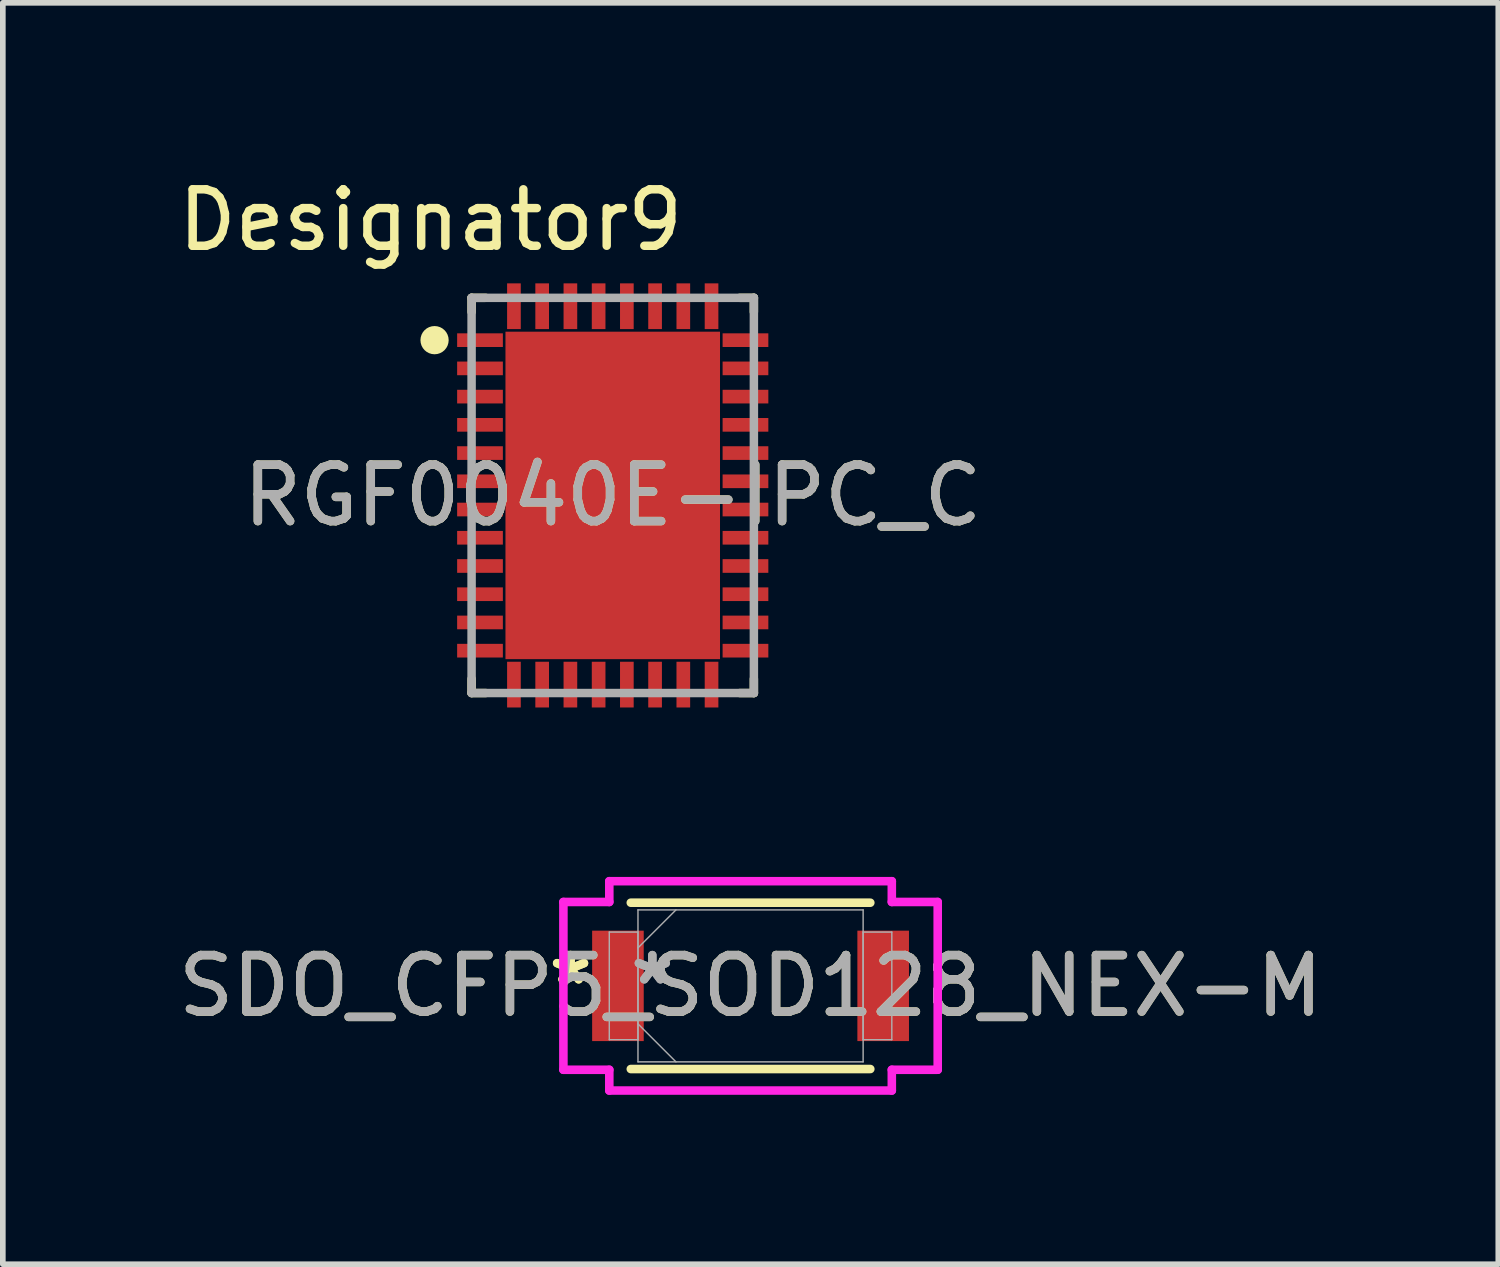
<source format=kicad_pcb>
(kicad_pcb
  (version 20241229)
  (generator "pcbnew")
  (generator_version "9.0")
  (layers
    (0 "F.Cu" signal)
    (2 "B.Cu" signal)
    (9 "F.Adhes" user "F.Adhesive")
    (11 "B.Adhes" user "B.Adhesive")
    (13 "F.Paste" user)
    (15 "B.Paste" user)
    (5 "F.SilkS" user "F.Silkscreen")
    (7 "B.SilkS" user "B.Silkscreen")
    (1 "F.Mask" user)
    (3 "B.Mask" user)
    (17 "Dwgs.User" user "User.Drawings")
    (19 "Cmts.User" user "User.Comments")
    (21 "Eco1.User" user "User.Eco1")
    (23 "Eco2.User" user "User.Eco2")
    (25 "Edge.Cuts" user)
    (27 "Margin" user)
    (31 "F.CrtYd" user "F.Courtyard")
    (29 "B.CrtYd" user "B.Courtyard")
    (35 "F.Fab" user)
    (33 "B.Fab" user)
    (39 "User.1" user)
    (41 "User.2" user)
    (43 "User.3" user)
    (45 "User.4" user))
  (footprint "RGF0040E-IPC_C"
    (layer "F.Cu")
    (at 7.803 5.725)
    (property "Reference" "RGF0040E-IPC_C" (at 0 0 0) (unlocked yes) (layer "F.SilkS") (effects (font (size 1 1) (thickness 0.15))))
    (attr smd)
    (fp_line (start -2.5 -3.5) (end -2.25 -3.5) (stroke (width 0.15) (type solid)) (layer "F.SilkS"))
    (fp_line (start -2.5 -3.25) (end -2.5 -3.5) (stroke (width 0.15) (type solid)) (layer "F.SilkS"))
    (fp_line (start -2.5 3.5) (end -2.5 3.25) (stroke (width 0.15) (type solid)) (layer "F.SilkS"))
    (fp_line (start -2.5 3.5) (end -2.25 3.5) (stroke (width 0.15) (type solid)) (layer "F.SilkS"))
    (fp_line (start 2.25 -3.5) (end 2.5 -3.5) (stroke (width 0.15) (type solid)) (layer "F.SilkS"))
    (fp_line (start 2.25 3.5) (end 2.5 3.5) (stroke (width 0.15) (type solid)) (layer "F.SilkS"))
    (fp_line (start 2.5 -3.25) (end 2.5 -3.5) (stroke (width 0.15) (type solid)) (layer "F.SilkS"))
    (fp_line (start 2.5 3.5) (end 2.5 3.25) (stroke (width 0.15) (type solid)) (layer "F.SilkS"))
    (fp_circle (center -3.156 -2.75) (end -3.031 -2.75) (stroke (width 0.25) (type solid)) (fill no) (layer "F.SilkS"))
    (fp_poly (pts (xy -1.278 -0.311) (xy 1.278 -0.311) (xy 1.278 -2.278) (xy -1.278 -2.278)) (stroke (width 0) (type solid)) (fill yes) (layer "F.Paste"))
    (fp_poly (pts (xy -1.278 2.278) (xy 1.278 2.278) (xy 1.278 0.311) (xy -1.278 0.311)) (stroke (width 0) (type solid)) (fill yes) (layer "F.Paste"))
    (fp_line (start -2.5 -3.5) (end 2.5 -3.5) (stroke (width 0.15) (type solid)) (layer "F.Fab"))
    (fp_line (start -2.5 3.5) (end -2.5 -3.5) (stroke (width 0.15) (type solid)) (layer "F.Fab"))
    (fp_line (start -2.5 3.5) (end 2.5 3.5) (stroke (width 0.15) (type solid)) (layer "F.Fab"))
    (fp_line (start 2.5 3.5) (end 2.5 -3.5) (stroke (width 0.15) (type solid)) (layer "F.Fab"))
    (fp_text user "Designator9" (at -3.226 -4.877 0) (unlocked yes) (layer "F.SilkS") (effects (font (size 1 1) (thickness 0.15))))
    (fp_text user "${REFERENCE}" (at 0 0 0) (unlocked yes) (layer "F.Fab") (effects (font (size 1 1) (thickness 0.15))))
    (pad "1" smd rect (at -2.351 -2.75 90) (size 0.242 0.81) (layers "F.Cu" "F.Mask" "F.Paste"))
    (pad "2" smd rect (at -2.351 -2.25 90) (size 0.242 0.81) (layers "F.Cu" "F.Mask" "F.Paste"))
    (pad "3" smd rect (at -2.351 -1.75 90) (size 0.242 0.81) (layers "F.Cu" "F.Mask" "F.Paste"))
    (pad "4" smd rect (at -2.351 -1.25 90) (size 0.242 0.81) (layers "F.Cu" "F.Mask" "F.Paste"))
    (pad "5" smd rect (at -2.351 -0.75 90) (size 0.242 0.81) (layers "F.Cu" "F.Mask" "F.Paste"))
    (pad "6" smd rect (at -2.351 -0.25 90) (size 0.242 0.81) (layers "F.Cu" "F.Mask" "F.Paste"))
    (pad "7" smd rect (at -2.351 0.25 90) (size 0.242 0.81) (layers "F.Cu" "F.Mask" "F.Paste"))
    (pad "8" smd rect (at -2.351 0.75 90) (size 0.242 0.81) (layers "F.Cu" "F.Mask" "F.Paste"))
    (pad "9" smd rect (at -2.351 1.25 90) (size 0.242 0.81) (layers "F.Cu" "F.Mask" "F.Paste"))
    (pad "10" smd rect (at -2.351 1.75 90) (size 0.242 0.81) (layers "F.Cu" "F.Mask" "F.Paste"))
    (pad "11" smd rect (at -2.351 2.25 90) (size 0.242 0.81) (layers "F.Cu" "F.Mask" "F.Paste"))
    (pad "12" smd rect (at -2.351 2.75 90) (size 0.242 0.81) (layers "F.Cu" "F.Mask" "F.Paste"))
    (pad "13" smd rect (at -1.75 3.351) (size 0.242 0.81) (layers "F.Cu" "F.Mask" "F.Paste"))
    (pad "14" smd rect (at -1.25 3.351) (size 0.242 0.81) (layers "F.Cu" "F.Mask" "F.Paste"))
    (pad "15" smd rect (at -0.75 3.351) (size 0.242 0.81) (layers "F.Cu" "F.Mask" "F.Paste"))
    (pad "16" smd rect (at -0.25 3.351) (size 0.242 0.81) (layers "F.Cu" "F.Mask" "F.Paste"))
    (pad "17" smd rect (at 0.25 3.351) (size 0.242 0.81) (layers "F.Cu" "F.Mask" "F.Paste"))
    (pad "18" smd rect (at 0.75 3.351) (size 0.242 0.81) (layers "F.Cu" "F.Mask" "F.Paste"))
    (pad "19" smd rect (at 1.25 3.351) (size 0.242 0.81) (layers "F.Cu" "F.Mask" "F.Paste"))
    (pad "20" smd rect (at 1.75 3.351) (size 0.242 0.81) (layers "F.Cu" "F.Mask" "F.Paste"))
    (pad "21" smd rect (at 2.351 2.75 90) (size 0.242 0.81) (layers "F.Cu" "F.Mask" "F.Paste"))
    (pad "22" smd rect (at 2.351 2.25 90) (size 0.242 0.81) (layers "F.Cu" "F.Mask" "F.Paste"))
    (pad "23" smd rect (at 2.351 1.75 90) (size 0.242 0.81) (layers "F.Cu" "F.Mask" "F.Paste"))
    (pad "24" smd rect (at 2.351 1.25 90) (size 0.242 0.81) (layers "F.Cu" "F.Mask" "F.Paste"))
    (pad "25" smd rect (at 2.351 0.75 90) (size 0.242 0.81) (layers "F.Cu" "F.Mask" "F.Paste"))
    (pad "26" smd rect (at 2.351 0.25 90) (size 0.242 0.81) (layers "F.Cu" "F.Mask" "F.Paste"))
    (pad "27" smd rect (at 2.351 -0.25 90) (size 0.242 0.81) (layers "F.Cu" "F.Mask" "F.Paste"))
    (pad "28" smd rect (at 2.351 -0.75 90) (size 0.242 0.81) (layers "F.Cu" "F.Mask" "F.Paste"))
    (pad "29" smd rect (at 2.351 -1.25 90) (size 0.242 0.81) (layers "F.Cu" "F.Mask" "F.Paste"))
    (pad "30" smd rect (at 2.351 -1.75 90) (size 0.242 0.81) (layers "F.Cu" "F.Mask" "F.Paste"))
    (pad "31" smd rect (at 2.351 -2.25 90) (size 0.242 0.81) (layers "F.Cu" "F.Mask" "F.Paste"))
    (pad "32" smd rect (at 2.351 -2.75 90) (size 0.242 0.81) (layers "F.Cu" "F.Mask" "F.Paste"))
    (pad "33" smd rect (at 1.75 -3.351) (size 0.242 0.81) (layers "F.Cu" "F.Mask" "F.Paste"))
    (pad "34" smd rect (at 1.25 -3.351) (size 0.242 0.81) (layers "F.Cu" "F.Mask" "F.Paste"))
    (pad "35" smd rect (at 0.75 -3.351) (size 0.242 0.81) (layers "F.Cu" "F.Mask" "F.Paste"))
    (pad "36" smd rect (at 0.25 -3.351) (size 0.242 0.81) (layers "F.Cu" "F.Mask" "F.Paste"))
    (pad "37" smd rect (at -0.25 -3.351) (size 0.242 0.81) (layers "F.Cu" "F.Mask" "F.Paste"))
    (pad "38" smd rect (at -0.75 -3.351) (size 0.242 0.81) (layers "F.Cu" "F.Mask" "F.Paste"))
    (pad "39" smd rect (at -1.25 -3.351) (size 0.242 0.81) (layers "F.Cu" "F.Mask" "F.Paste"))
    (pad "40" smd rect (at -1.75 -3.351) (size 0.242 0.81) (layers "F.Cu" "F.Mask" "F.Paste"))
    (pad "41" smd rect (at 0 0) (size 3.8 5.8) (layers "F.Cu" "F.Mask")))
  (footprint "SDO_CFP5_SOD128_NEX-M"
    (layer "F.Cu")
    (at 10.244 14.412)
    (property "Reference" "SDO_CFP5_SOD128_NEX-M" (at 0 0 0) (unlocked yes) (layer "F.SilkS") (effects (font (size 1 1) (thickness 0.15))))
    (attr smd)
    (fp_line (start -2.121 1.473) (end 2.121 1.473) (stroke (width 0.152) (type solid)) (layer "F.SilkS"))
    (fp_line (start 2.121 -1.473) (end -2.121 -1.473) (stroke (width 0.152) (type solid)) (layer "F.SilkS"))
    (fp_line (start -3.315 -1.486) (end -2.502 -1.486) (stroke (width 0.152) (type solid)) (layer "F.CrtYd"))
    (fp_line (start -3.315 1.486) (end -3.315 -1.486) (stroke (width 0.152) (type solid)) (layer "F.CrtYd"))
    (fp_line (start -2.502 -1.854) (end 2.502 -1.854) (stroke (width 0.152) (type solid)) (layer "F.CrtYd"))
    (fp_line (start -2.502 -1.486) (end -2.502 -1.854) (stroke (width 0.152) (type solid)) (layer "F.CrtYd"))
    (fp_line (start -2.502 1.486) (end -3.315 1.486) (stroke (width 0.152) (type solid)) (layer "F.CrtYd"))
    (fp_line (start -2.502 1.854) (end -2.502 1.486) (stroke (width 0.152) (type solid)) (layer "F.CrtYd"))
    (fp_line (start 2.502 -1.854) (end 2.502 -1.486) (stroke (width 0.152) (type solid)) (layer "F.CrtYd"))
    (fp_line (start 2.502 -1.486) (end 3.315 -1.486) (stroke (width 0.152) (type solid)) (layer "F.CrtYd"))
    (fp_line (start 2.502 1.486) (end 2.502 1.854) (stroke (width 0.152) (type solid)) (layer "F.CrtYd"))
    (fp_line (start 2.502 1.854) (end -2.502 1.854) (stroke (width 0.152) (type solid)) (layer "F.CrtYd"))
    (fp_line (start 3.315 -1.486) (end 3.315 1.486) (stroke (width 0.152) (type solid)) (layer "F.CrtYd"))
    (fp_line (start 3.315 1.486) (end 2.502 1.486) (stroke (width 0.152) (type solid)) (layer "F.CrtYd"))
    (fp_line (start -2.502 -0.953) (end -2.502 0.953) (stroke (width 0.025) (type solid)) (layer "F.Fab"))
    (fp_line (start -2.502 0.953) (end -1.994 0.953) (stroke (width 0.025) (type solid)) (layer "F.Fab"))
    (fp_line (start -1.994 -1.346) (end -1.994 1.346) (stroke (width 0.025) (type solid)) (layer "F.Fab"))
    (fp_line (start -1.994 -0.953) (end -2.502 -0.953) (stroke (width 0.025) (type solid)) (layer "F.Fab"))
    (fp_line (start -1.994 -0.673) (end -1.321 -1.346) (stroke (width 0.025) (type solid)) (layer "F.Fab"))
    (fp_line (start -1.994 0.673) (end -1.321 1.346) (stroke (width 0.025) (type solid)) (layer "F.Fab"))
    (fp_line (start -1.994 0.953) (end -1.994 -0.953) (stroke (width 0.025) (type solid)) (layer "F.Fab"))
    (fp_line (start -1.994 1.346) (end 1.994 1.346) (stroke (width 0.025) (type solid)) (layer "F.Fab"))
    (fp_line (start 1.994 -1.346) (end -1.994 -1.346) (stroke (width 0.025) (type solid)) (layer "F.Fab"))
    (fp_line (start 1.994 -0.953) (end 1.994 0.953) (stroke (width 0.025) (type solid)) (layer "F.Fab"))
    (fp_line (start 1.994 0.953) (end 2.502 0.953) (stroke (width 0.025) (type solid)) (layer "F.Fab"))
    (fp_line (start 1.994 1.346) (end 1.994 -1.346) (stroke (width 0.025) (type solid)) (layer "F.Fab"))
    (fp_line (start 2.502 -0.953) (end 1.994 -0.953) (stroke (width 0.025) (type solid)) (layer "F.Fab"))
    (fp_line (start 2.502 0.953) (end 2.502 -0.953) (stroke (width 0.025) (type solid)) (layer "F.Fab"))
    (fp_text user "*" (at -3.188 0 0) (layer "F.SilkS") (effects (font (size 1 1) (thickness 0.15))))
    (fp_text user "*" (at -3.188 0 0) (unlocked yes) (layer "F.SilkS") (effects (font (size 1 1) (thickness 0.15))))
    (fp_text user "${REFERENCE}" (at 0 0 0) (unlocked yes) (layer "F.Fab") (effects (font (size 1 1) (thickness 0.15))))
    (fp_text user "*" (at -1.74 0 0) (layer "F.Fab") (effects (font (size 1 1) (thickness 0.15))))
    (fp_text user "*" (at -1.74 0 0) (unlocked yes) (layer "F.Fab") (effects (font (size 1 1) (thickness 0.15))))
    (pad "1" smd rect (at -2.349 0) (size 0.914 1.956) (layers "F.Cu" "F.Mask" "F.Paste"))
    (pad "2" smd rect (at 2.349 0) (size 0.914 1.956) (layers "F.Cu" "F.Mask" "F.Paste"))
    (zone (net_name "") (layer "F.Cu") (hatch full 0.508) (connect_pads) (min_thickness 0.254) (filled_areas_thickness no) (keepout (tracks not_allowed) (vias not_allowed) (pads allowed) (copperpour not_allowed) (footprints allowed)) (placement (enabled no)) (fill) (polygon (pts (xy 8.403 13.116) (xy 12.086 13.116) (xy 12.086 15.707) (xy 8.403 15.707)))))
  (gr_rect
    (start -3 -3)
    (end 23.488 19.342)
    (stroke (width 0.1) (type default))
    (fill no)
    (layer "Edge.Cuts")))
</source>
